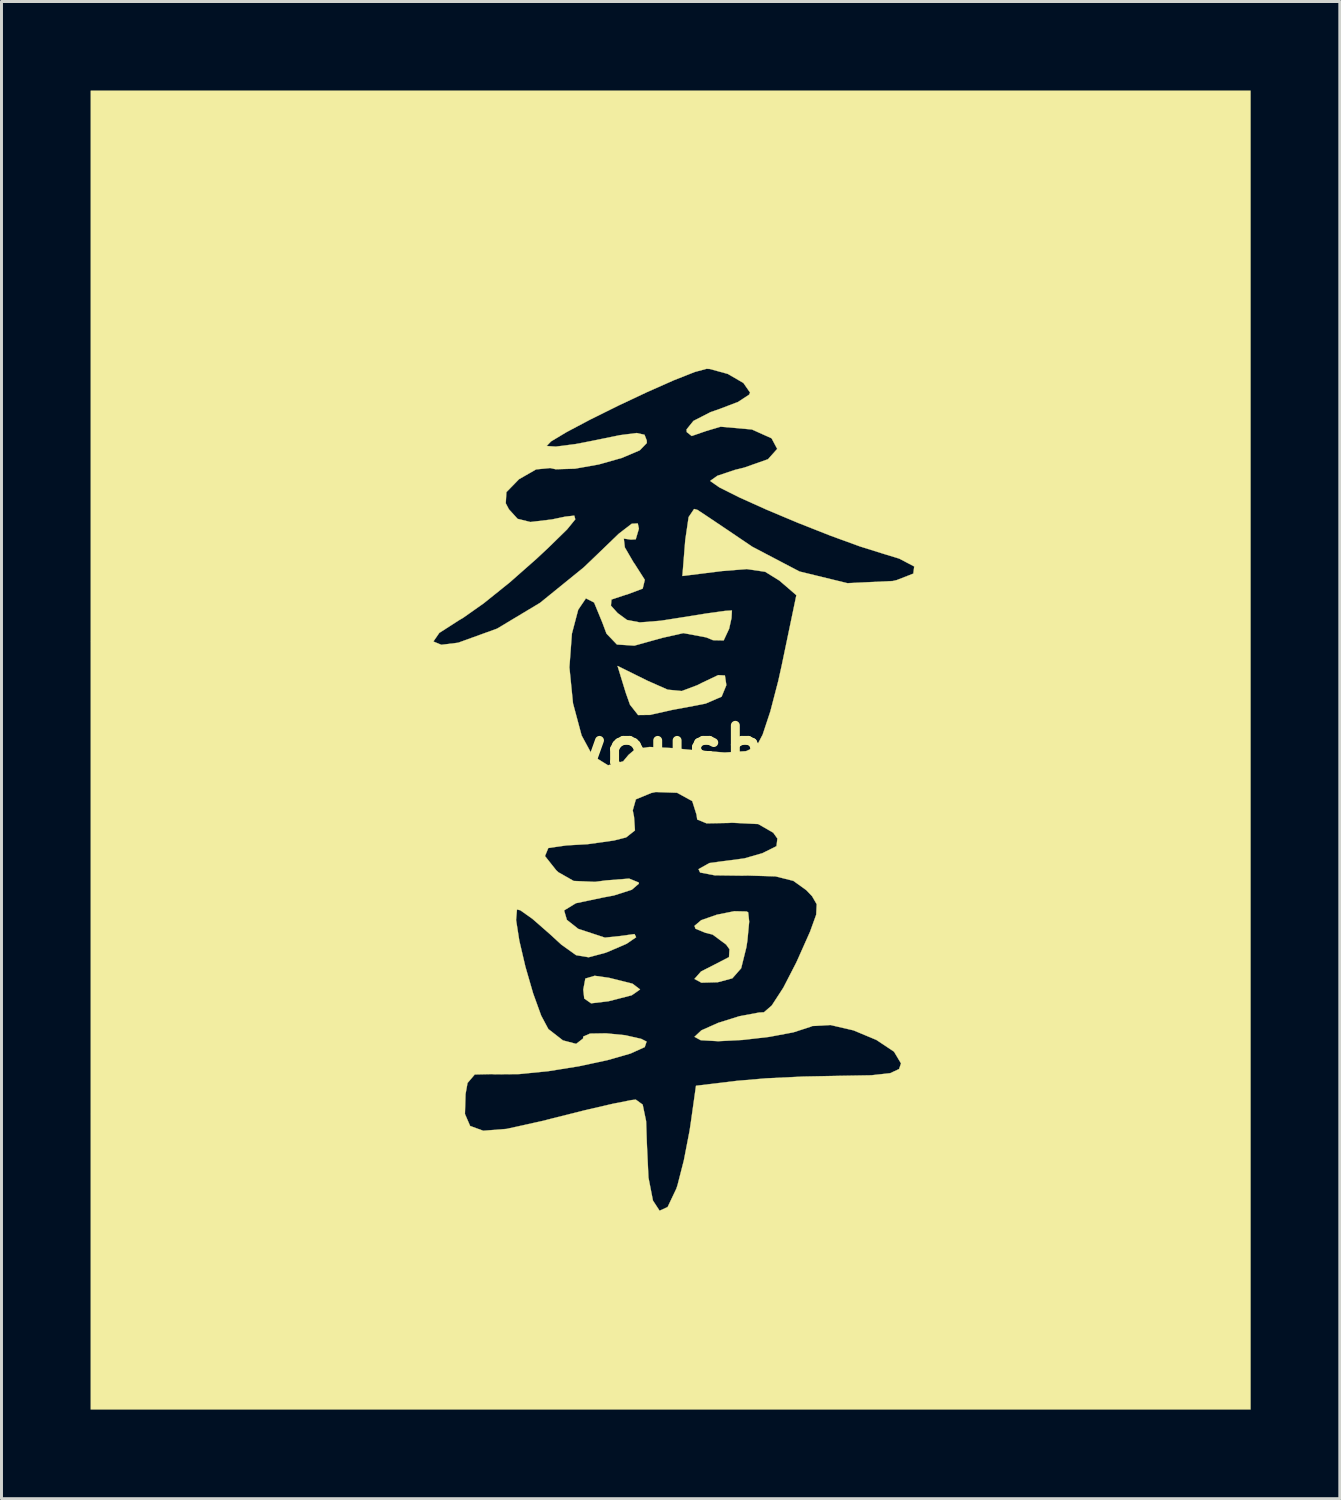
<source format=kicad_pcb>
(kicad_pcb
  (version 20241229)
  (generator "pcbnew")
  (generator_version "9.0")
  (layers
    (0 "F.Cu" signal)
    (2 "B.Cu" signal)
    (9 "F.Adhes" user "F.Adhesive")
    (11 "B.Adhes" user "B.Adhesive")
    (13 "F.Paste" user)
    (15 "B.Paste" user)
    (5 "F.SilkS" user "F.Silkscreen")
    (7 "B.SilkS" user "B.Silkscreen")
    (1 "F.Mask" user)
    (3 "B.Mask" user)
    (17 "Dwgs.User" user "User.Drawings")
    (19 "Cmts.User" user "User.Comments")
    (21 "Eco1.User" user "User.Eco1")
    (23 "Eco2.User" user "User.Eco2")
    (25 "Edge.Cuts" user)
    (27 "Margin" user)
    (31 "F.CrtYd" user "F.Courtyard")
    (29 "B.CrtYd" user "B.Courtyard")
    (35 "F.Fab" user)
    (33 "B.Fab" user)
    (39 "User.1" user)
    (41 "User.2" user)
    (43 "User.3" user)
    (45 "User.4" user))
  (footprint "kyousha"
    (layer "F.Cu")
    (at 19.523 22.197)
    (property "Reference" "kyousha" (at 0 0 0) (layer "F.SilkS") (effects (font (size 1.524 1.524) (thickness 0.3))))
    (attr through_hole)
    (fp_poly (pts (xy -2.072 7.665) (xy -1.284 7.862) (xy -1.029 8.056) (xy -1.309 8.252) (xy -2.092 8.453) (xy -2.678 8.523) (xy -2.908 8.361) (xy -2.941 8.061) (xy -2.871 7.69) (xy -2.558 7.596) (xy -2.072 7.665)) (stroke (width 0.01) (type solid)) (fill yes) (layer "F.SilkS"))
    (fp_poly (pts (xy -0.781 -2.335) (xy -0.1 -2.034) (xy 0.374 -1.988) (xy 0.898 -2.185) (xy 1.049 -2.262) (xy 1.6 -2.524) (xy 1.826 -2.512) (xy 1.871 -2.213) (xy 1.872 -2.18) (xy 1.715 -1.798) (xy 1.175 -1.565) (xy 0.869 -1.505) (xy 0.047 -1.352) (xy -0.63 -1.2) (xy -0.685 -1.185) (xy -1.095 -1.18) (xy -1.368 -1.527) (xy -1.512 -1.933) (xy -1.788 -2.833) (xy -0.781 -2.335)) (stroke (width 0.01) (type solid)) (fill yes) (layer "F.SilkS"))
    (fp_poly (pts (xy 2.558 5.432) (xy 2.609 5.461) (xy 2.643 5.774) (xy 2.583 6.41) (xy 2.548 6.639) (xy 2.373 7.343) (xy 2.077 7.681) (xy 1.585 7.813) (xy 1.034 7.828) (xy 0.802 7.703) (xy 0.802 7.701) (xy 1.023 7.451) (xy 1.5 7.208) (xy 1.964 6.968) (xy 1.98 6.702) (xy 1.868 6.546) (xy 1.413 6.209) (xy 1.17 6.149) (xy 0.836 6.013) (xy 0.802 5.916) (xy 1.029 5.724) (xy 1.554 5.541) (xy 2.142 5.423) (xy 2.558 5.432)) (stroke (width 0.01) (type solid)) (fill yes) (layer "F.SilkS"))
    (fp_poly (pts (xy 19.518 22.192) (xy -19.518 22.192) (xy -19.518 12.248) (xy -6.924 12.248) (xy -6.749 12.652) (xy -6.307 12.812) (xy -5.524 12.75) (xy -4.327 12.485) (xy -3.978 12.396) (xy -2.875 12.119) (xy -1.945 11.904) (xy -1.325 11.781) (xy -1.174 11.764) (xy -0.942 11.932) (xy -0.826 12.489) (xy -0.802 13.213) (xy -0.747 14.388) (xy -0.596 15.162) (xy -0.373 15.504) (xy -0.102 15.38) (xy 0.193 14.758) (xy 0.232 14.638) (xy 0.444 13.81) (xy 0.637 12.813) (xy 0.679 12.534) (xy 0.853 11.298) (xy 2.231 11.132) (xy 3.215 11.048) (xy 4.461 10.988) (xy 5.682 10.964) (xy 6.752 10.945) (xy 7.388 10.875) (xy 7.688 10.735) (xy 7.754 10.546) (xy 7.518 10.15) (xy 6.927 9.756) (xy 6.155 9.433) (xy 5.378 9.253) (xy 4.77 9.287) (xy 4.712 9.311) (xy 4.129 9.5) (xy 3.313 9.653) (xy 2.42 9.756) (xy 1.602 9.798) (xy 1.012 9.764) (xy 0.802 9.651) (xy 1.033 9.434) (xy 1.599 9.181) (xy 2.31 8.958) (xy 2.978 8.833) (xy 3.139 8.825) (xy 3.403 8.597) (xy 3.792 7.998) (xy 4.228 7.152) (xy 4.282 7.033) (xy 4.693 6.11) (xy 4.899 5.539) (xy 4.916 5.187) (xy 4.76 4.917) (xy 4.564 4.712) (xy 4.131 4.401) (xy 3.531 4.25) (xy 2.597 4.222) (xy 2.404 4.226) (xy 1.481 4.214) (xy 0.991 4.12) (xy 0.938 4.007) (xy 1.306 3.801) (xy 1.736 3.743) (xy 2.481 3.645) (xy 3.086 3.471) (xy 3.562 3.234) (xy 3.593 2.977) (xy 3.453 2.78) (xy 2.947 2.489) (xy 2.061 2.445) (xy 1.957 2.452) (xy 1.211 2.466) (xy 0.894 2.336) (xy 0.872 2.176) (xy 0.727 1.717) (xy 0.216 1.436) (xy -0.502 1.411) (xy -0.653 1.443) (xy -1.171 1.657) (xy -1.276 2.029) (xy -1.232 2.251) (xy -1.202 2.704) (xy -1.5 2.939) (xy -1.908 3.042) (xy -2.789 3.166) (xy -3.509 3.208) (xy -4.118 3.295) (xy -4.23 3.567) (xy -3.852 4.044) (xy -3.779 4.112) (xy -3.265 4.404) (xy -2.545 4.435) (xy -2.175 4.386) (xy -1.398 4.325) (xy -1.076 4.456) (xy -1.069 4.495) (xy -1.308 4.7) (xy -1.911 4.893) (xy -2.276 4.961) (xy -3.188 5.153) (xy -3.587 5.396) (xy -3.493 5.714) (xy -3.112 6.016) (xy -2.212 6.312) (xy -1.699 6.258) (xy -1.216 6.192) (xy -1.162 6.299) (xy -1.483 6.519) (xy -2.124 6.795) (xy -2.219 6.829) (xy -2.761 6.973) (xy -3.183 6.902) (xy -3.676 6.55) (xy -4.072 6.187) (xy -4.654 5.678) (xy -5.062 5.39) (xy -5.173 5.365) (xy -5.203 5.719) (xy -5.094 6.415) (xy -4.889 7.291) (xy -4.63 8.186) (xy -4.358 8.938) (xy -4.118 9.387) (xy -4.112 9.393) (xy -3.626 9.771) (xy -3.181 9.888) (xy -2.948 9.708) (xy -2.941 9.642) (xy -2.714 9.542) (xy -2.174 9.533) (xy -1.53 9.597) (xy -0.992 9.719) (xy -0.81 9.811) (xy -0.872 9.996) (xy -1.351 10.213) (xy -2.129 10.436) (xy -3.091 10.642) (xy -4.12 10.807) (xy -5.102 10.905) (xy -5.92 10.912) (xy -6.016 10.905) (xy -6.593 10.918) (xy -6.837 11.204) (xy -6.904 11.58) (xy -6.924 12.248) (xy -19.518 12.248) (xy -19.518 -3.655) (xy -7.987 -3.655) (xy -7.718 -3.544) (xy -7.152 -3.614) (xy -5.842 -4.088) (xy -4.395 -4.957) (xy -2.927 -6.148) (xy -2.473 -6.583) (xy -1.746 -7.283) (xy -1.31 -7.619) (xy -1.107 -7.629) (xy -1.069 -7.453) (xy -1.175 -7.095) (xy -1.337 -7.085) (xy -1.577 -7.119) (xy -1.543 -6.824) (xy -1.251 -6.321) (xy -1.212 -6.267) (xy -0.87 -5.731) (xy -0.941 -5.436) (xy -1.464 -5.239) (xy -1.512 -5.227) (xy -1.992 -5.068) (xy -2.01 -4.862) (xy -1.785 -4.612) (xy -1.468 -4.38) (xy -1.037 -4.298) (xy -0.336 -4.354) (xy 0.329 -4.458) (xy 1.201 -4.598) (xy 1.828 -4.685) (xy 2.062 -4.699) (xy 2.048 -4.443) (xy 1.968 -4.084) (xy 1.785 -3.692) (xy 1.427 -3.699) (xy 1.197 -3.794) (xy 0.428 -3.938) (xy -0.286 -3.777) (xy -1.222 -3.516) (xy -1.808 -3.554) (xy -2.159 -3.92) (xy -2.301 -4.298) (xy -2.577 -4.968) (xy -2.852 -5.108) (xy -3.112 -4.724) (xy -3.324 -3.92) (xy -3.408 -2.786) (xy -3.287 -1.574) (xy -2.997 -0.492) (xy -2.627 0.19) (xy -2.109 0.511) (xy -1.599 0.378) (xy -1.417 0.16) (xy -1.188 -0.034) (xy -0.717 -0.105) (xy 0.109 -0.065) (xy 0.668 -0.008) (xy 1.819 0.081) (xy 2.539 0.035) (xy 2.888 -0.124) (xy 3.096 -0.519) (xy 3.355 -1.301) (xy 3.623 -2.331) (xy 3.734 -2.831) (xy 4.231 -5.214) (xy 3.661 -5.705) (xy 3.182 -6.002) (xy 2.566 -6.093) (xy 1.743 -6.028) (xy 0.395 -5.86) (xy 0.492 -7.072) (xy 0.605 -7.843) (xy 0.789 -8.116) (xy 0.9 -8.086) (xy 1.269 -7.842) (xy 1.935 -7.395) (xy 2.747 -6.845) (xy 4.337 -6.011) (xy 5.95 -5.618) (xy 7.477 -5.691) (xy 7.606 -5.721) (xy 8.168 -5.94) (xy 8.198 -6.181) (xy 7.694 -6.445) (xy 7.152 -6.611) (xy 6.367 -6.857) (xy 5.374 -7.219) (xy 4.29 -7.647) (xy 3.23 -8.092) (xy 2.309 -8.507) (xy 1.641 -8.842) (xy 1.343 -9.049) (xy 1.337 -9.066) (xy 1.572 -9.233) (xy 2.163 -9.431) (xy 2.473 -9.507) (xy 3.276 -9.79) (xy 3.587 -10.138) (xy 3.397 -10.495) (xy 2.735 -10.792) (xy 1.68 -10.885) (xy 1.197 -10.741) (xy 0.708 -10.572) (xy 0.541 -10.705) (xy 0.535 -10.792) (xy 0.767 -11.08) (xy 1.348 -11.378) (xy 1.604 -11.465) (xy 2.266 -11.717) (xy 2.642 -11.963) (xy 2.674 -12.033) (xy 2.449 -12.357) (xy 1.923 -12.662) (xy 1.319 -12.828) (xy 1.208 -12.834) (xy 0.814 -12.728) (xy 0.11 -12.45) (xy -0.787 -12.053) (xy -1.764 -11.593) (xy -2.706 -11.126) (xy -3.498 -10.707) (xy -4.025 -10.391) (xy -4.175 -10.235) (xy -3.864 -10.215) (xy -3.204 -10.3) (xy -2.679 -10.401) (xy -1.707 -10.6) (xy -1.144 -10.672) (xy -0.88 -10.614) (xy -0.805 -10.422) (xy -0.802 -10.336) (xy -1.039 -10.091) (xy -1.637 -9.836) (xy -2.422 -9.614) (xy -3.222 -9.472) (xy -3.867 -9.453) (xy -4.055 -9.494) (xy -4.529 -9.448) (xy -5.103 -9.119) (xy -5.529 -8.682) (xy -5.55 -8.307) (xy -5.444 -8.105) (xy -5.152 -7.784) (xy -4.721 -7.677) (xy -3.999 -7.763) (xy -3.551 -7.857) (xy -3.244 -7.892) (xy -3.21 -7.767) (xy -3.486 -7.428) (xy -4.11 -6.818) (xy -4.514 -6.44) (xy -5.417 -5.644) (xy -6.295 -4.939) (xy -6.989 -4.45) (xy -7.121 -4.373) (xy -7.787 -3.945) (xy -7.987 -3.655) (xy -19.518 -3.655) (xy -19.518 -22.192) (xy 19.518 -22.192) (xy 19.518 22.192)) (stroke (width 0.01) (type solid)) (fill yes) (layer "F.SilkS")))
  (gr_rect
    (start -3 -3)
    (end 42.046 47.393)
    (stroke (width 0.1) (type default))
    (fill no)
    (layer "Edge.Cuts")))
</source>
